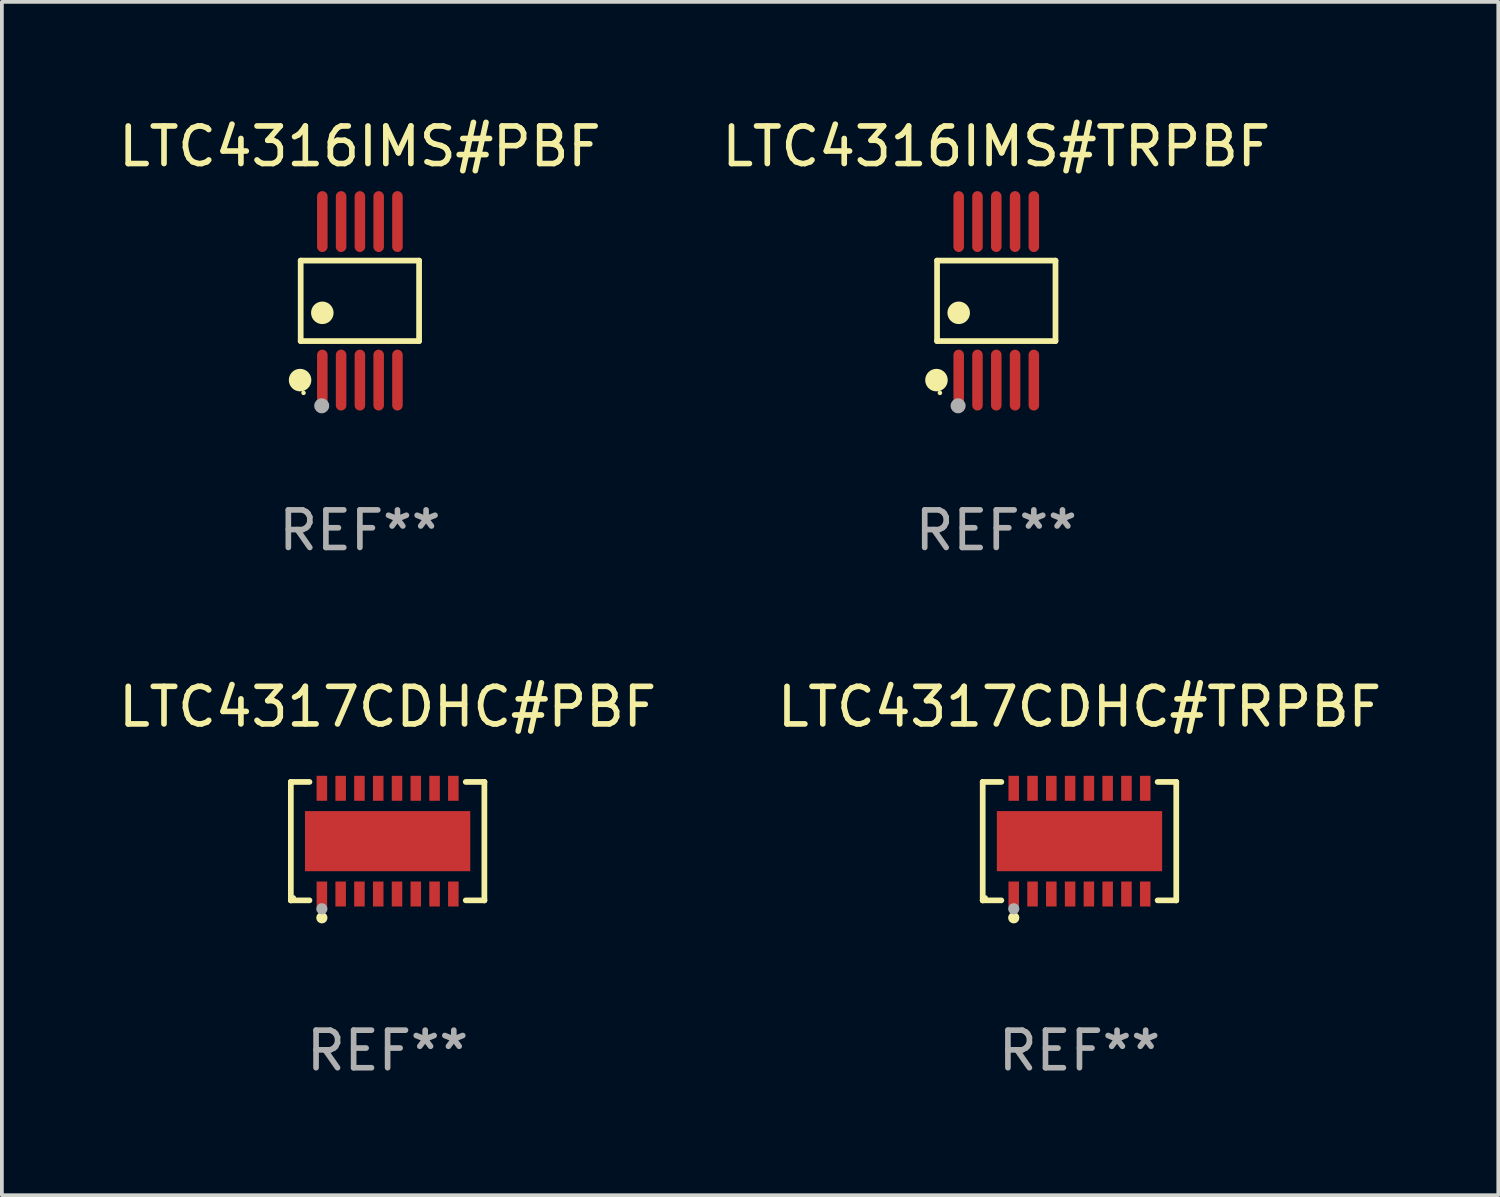
<source format=kicad_pcb>
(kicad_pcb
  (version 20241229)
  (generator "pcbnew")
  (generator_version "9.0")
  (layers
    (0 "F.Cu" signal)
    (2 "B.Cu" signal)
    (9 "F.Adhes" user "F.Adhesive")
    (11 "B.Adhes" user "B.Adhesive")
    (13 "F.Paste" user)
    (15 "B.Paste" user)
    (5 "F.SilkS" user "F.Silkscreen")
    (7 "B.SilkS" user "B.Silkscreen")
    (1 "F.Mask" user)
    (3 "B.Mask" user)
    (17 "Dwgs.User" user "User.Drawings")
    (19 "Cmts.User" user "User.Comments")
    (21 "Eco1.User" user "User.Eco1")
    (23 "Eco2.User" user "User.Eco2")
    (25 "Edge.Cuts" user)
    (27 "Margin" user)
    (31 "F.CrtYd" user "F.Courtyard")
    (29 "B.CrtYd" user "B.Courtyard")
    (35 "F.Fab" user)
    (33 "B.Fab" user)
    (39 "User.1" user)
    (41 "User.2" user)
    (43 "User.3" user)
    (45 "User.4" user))
  (footprint "LTC4316IMS#TRPBF"
    (layer "F.Cu")
    (at 23.47 4.958)
    (property "Reference" "LTC4316IMS#TRPBF" (at 0 -4.11 0) (layer "F.SilkS") (effects (font (size 1 1) (thickness 0.15))))
    (attr through_hole)
    (fp_line (start -1.576 -1.071) (end 1.576 -1.071) (stroke (width 0.152) (type solid)) (layer "F.SilkS"))
    (fp_line (start -1.576 1.071) (end -1.576 -1.071) (stroke (width 0.152) (type solid)) (layer "F.SilkS"))
    (fp_line (start 1.576 -1.071) (end 1.576 1.071) (stroke (width 0.152) (type solid)) (layer "F.SilkS"))
    (fp_line (start 1.576 1.071) (end -1.576 1.071) (stroke (width 0.152) (type solid)) (layer "F.SilkS"))
    (fp_circle (center -1.592 2.11) (end -1.442 2.11) (stroke (width 0.3) (type solid)) (fill no) (layer "F.SilkS"))
    (fp_circle (center -1.5 2.45) (end -1.47 2.45) (stroke (width 0.06) (type solid)) (fill no) (layer "F.SilkS"))
    (fp_circle (center -1 0.319) (end -0.85 0.319) (stroke (width 0.3) (type solid)) (fill no) (layer "F.SilkS"))
    (fp_circle (center -1.016 2.794) (end -0.916 2.794) (stroke (width 0.2) (type solid)) (fill no) (layer "F.Fab"))
    (fp_text user "REF**" (at 0 6.11 0) (layer "F.Fab") (effects (font (size 1 1) (thickness 0.15))))
    (pad "1" smd oval (at -1 2.11) (size 0.28 1.62) (layers "F.Cu" "F.Mask" "F.Paste"))
    (pad "2" smd oval (at -0.5 2.11) (size 0.28 1.62) (layers "F.Cu" "F.Mask" "F.Paste"))
    (pad "3" smd oval (at 0 2.11) (size 0.28 1.62) (layers "F.Cu" "F.Mask" "F.Paste"))
    (pad "4" smd oval (at 0.5 2.11) (size 0.28 1.62) (layers "F.Cu" "F.Mask" "F.Paste"))
    (pad "5" smd oval (at 1 2.11) (size 0.28 1.62) (layers "F.Cu" "F.Mask" "F.Paste"))
    (pad "6" smd oval (at 1 -2.11) (size 0.28 1.62) (layers "F.Cu" "F.Mask" "F.Paste"))
    (pad "7" smd oval (at 0.5 -2.11) (size 0.28 1.62) (layers "F.Cu" "F.Mask" "F.Paste"))
    (pad "8" smd oval (at 0 -2.11) (size 0.28 1.62) (layers "F.Cu" "F.Mask" "F.Paste"))
    (pad "9" smd oval (at -0.5 -2.11) (size 0.28 1.62) (layers "F.Cu" "F.Mask" "F.Paste"))
    (pad "10" smd oval (at -1 -2.11) (size 0.28 1.62) (layers "F.Cu" "F.Mask" "F.Paste")))
  (footprint "LTC4317CDHC#PBF"
    (layer "F.Cu")
    (at 7.268 19.341)
    (property "Reference" "LTC4317CDHC#PBF" (at 0 -3.576 0) (layer "F.SilkS") (effects (font (size 1 1) (thickness 0.15))))
    (attr through_hole)
    (fp_line (start -2.576 -1.576) (end -2.576 -1.576) (stroke (width 0.152) (type solid)) (layer "F.SilkS"))
    (fp_line (start -2.576 -1.576) (end -2.08 -1.576) (stroke (width 0.152) (type solid)) (layer "F.SilkS"))
    (fp_line (start -2.576 1.576) (end -2.576 -1.576) (stroke (width 0.152) (type solid)) (layer "F.SilkS"))
    (fp_line (start -2.576 1.576) (end -2.576 1.576) (stroke (width 0.152) (type solid)) (layer "F.SilkS"))
    (fp_line (start -2.08 1.576) (end -2.576 1.576) (stroke (width 0.152) (type solid)) (layer "F.SilkS"))
    (fp_line (start 2.08 1.576) (end 2.576 1.576) (stroke (width 0.152) (type solid)) (layer "F.SilkS"))
    (fp_line (start 2.576 -1.576) (end 2.08 -1.576) (stroke (width 0.152) (type solid)) (layer "F.SilkS"))
    (fp_line (start 2.576 -1.576) (end 2.576 -1.576) (stroke (width 0.152) (type solid)) (layer "F.SilkS"))
    (fp_line (start 2.576 1.576) (end 2.576 -1.576) (stroke (width 0.152) (type solid)) (layer "F.SilkS"))
    (fp_line (start 2.576 1.576) (end 2.576 1.576) (stroke (width 0.152) (type solid)) (layer "F.SilkS"))
    (fp_circle (center -2.5 1.5) (end -2.47 1.5) (stroke (width 0.06) (type solid)) (fill no) (layer "F.SilkS"))
    (fp_circle (center -1.75 2.04) (end -1.675 2.04) (stroke (width 0.15) (type solid)) (fill no) (layer "F.SilkS"))
    (fp_circle (center -1.75 1.8) (end -1.675 1.8) (stroke (width 0.15) (type solid)) (fill no) (layer "F.Fab"))
    (fp_text user "REF**" (at 0 5.576 0) (layer "F.Fab") (effects (font (size 1 1) (thickness 0.15))))
    (pad "1" smd rect (at -1.75 1.407) (size 0.28 0.665) (layers "F.Cu" "F.Mask" "F.Paste"))
    (pad "2" smd rect (at -1.25 1.407) (size 0.28 0.665) (layers "F.Cu" "F.Mask" "F.Paste"))
    (pad "3" smd rect (at -0.75 1.407) (size 0.28 0.665) (layers "F.Cu" "F.Mask" "F.Paste"))
    (pad "4" smd rect (at -0.25 1.407) (size 0.28 0.665) (layers "F.Cu" "F.Mask" "F.Paste"))
    (pad "5" smd rect (at 0.25 1.407) (size 0.28 0.665) (layers "F.Cu" "F.Mask" "F.Paste"))
    (pad "6" smd rect (at 0.75 1.407) (size 0.28 0.665) (layers "F.Cu" "F.Mask" "F.Paste"))
    (pad "7" smd rect (at 1.25 1.407) (size 0.28 0.665) (layers "F.Cu" "F.Mask" "F.Paste"))
    (pad "8" smd rect (at 1.75 1.407) (size 0.28 0.665) (layers "F.Cu" "F.Mask" "F.Paste"))
    (pad "9" smd rect (at 1.75 -1.407) (size 0.28 0.665) (layers "F.Cu" "F.Mask" "F.Paste"))
    (pad "10" smd rect (at 1.25 -1.407) (size 0.28 0.665) (layers "F.Cu" "F.Mask" "F.Paste"))
    (pad "11" smd rect (at 0.75 -1.407) (size 0.28 0.665) (layers "F.Cu" "F.Mask" "F.Paste"))
    (pad "12" smd rect (at 0.25 -1.407) (size 0.28 0.665) (layers "F.Cu" "F.Mask" "F.Paste"))
    (pad "13" smd rect (at -0.25 -1.407) (size 0.28 0.665) (layers "F.Cu" "F.Mask" "F.Paste"))
    (pad "14" smd rect (at -0.75 -1.407) (size 0.28 0.665) (layers "F.Cu" "F.Mask" "F.Paste"))
    (pad "15" smd rect (at -1.25 -1.407) (size 0.28 0.665) (layers "F.Cu" "F.Mask" "F.Paste"))
    (pad "16" smd rect (at -1.75 -1.407) (size 0.28 0.665) (layers "F.Cu" "F.Mask" "F.Paste"))
    (pad "17" smd rect (at 0 0) (size 4.4 1.6) (layers "F.Cu" "F.Mask" "F.Paste")))
  (footprint "LTC4316IMS#PBF"
    (layer "F.Cu")
    (at 6.53 4.958)
    (property "Reference" "LTC4316IMS#PBF" (at 0 -4.11 0) (layer "F.SilkS") (effects (font (size 1 1) (thickness 0.15))))
    (attr through_hole)
    (fp_line (start -1.576 -1.071) (end 1.576 -1.071) (stroke (width 0.152) (type solid)) (layer "F.SilkS"))
    (fp_line (start -1.576 1.071) (end -1.576 -1.071) (stroke (width 0.152) (type solid)) (layer "F.SilkS"))
    (fp_line (start 1.576 -1.071) (end 1.576 1.071) (stroke (width 0.152) (type solid)) (layer "F.SilkS"))
    (fp_line (start 1.576 1.071) (end -1.576 1.071) (stroke (width 0.152) (type solid)) (layer "F.SilkS"))
    (fp_circle (center -1.592 2.11) (end -1.442 2.11) (stroke (width 0.3) (type solid)) (fill no) (layer "F.SilkS"))
    (fp_circle (center -1.5 2.45) (end -1.47 2.45) (stroke (width 0.06) (type solid)) (fill no) (layer "F.SilkS"))
    (fp_circle (center -1 0.319) (end -0.85 0.319) (stroke (width 0.3) (type solid)) (fill no) (layer "F.SilkS"))
    (fp_circle (center -1.016 2.794) (end -0.916 2.794) (stroke (width 0.2) (type solid)) (fill no) (layer "F.Fab"))
    (fp_text user "REF**" (at 0 6.11 0) (layer "F.Fab") (effects (font (size 1 1) (thickness 0.15))))
    (pad "1" smd oval (at -1 2.11) (size 0.28 1.62) (layers "F.Cu" "F.Mask" "F.Paste"))
    (pad "2" smd oval (at -0.5 2.11) (size 0.28 1.62) (layers "F.Cu" "F.Mask" "F.Paste"))
    (pad "3" smd oval (at 0 2.11) (size 0.28 1.62) (layers "F.Cu" "F.Mask" "F.Paste"))
    (pad "4" smd oval (at 0.5 2.11) (size 0.28 1.62) (layers "F.Cu" "F.Mask" "F.Paste"))
    (pad "5" smd oval (at 1 2.11) (size 0.28 1.62) (layers "F.Cu" "F.Mask" "F.Paste"))
    (pad "6" smd oval (at 1 -2.11) (size 0.28 1.62) (layers "F.Cu" "F.Mask" "F.Paste"))
    (pad "7" smd oval (at 0.5 -2.11) (size 0.28 1.62) (layers "F.Cu" "F.Mask" "F.Paste"))
    (pad "8" smd oval (at 0 -2.11) (size 0.28 1.62) (layers "F.Cu" "F.Mask" "F.Paste"))
    (pad "9" smd oval (at -0.5 -2.11) (size 0.28 1.62) (layers "F.Cu" "F.Mask" "F.Paste"))
    (pad "10" smd oval (at -1 -2.11) (size 0.28 1.62) (layers "F.Cu" "F.Mask" "F.Paste")))
  (footprint "LTC4317CDHC#TRPBF"
    (layer "F.Cu")
    (at 25.685 19.341)
    (property "Reference" "LTC4317CDHC#TRPBF" (at 0 -3.576 0) (layer "F.SilkS") (effects (font (size 1 1) (thickness 0.15))))
    (attr through_hole)
    (fp_line (start -2.576 -1.576) (end -2.576 -1.576) (stroke (width 0.152) (type solid)) (layer "F.SilkS"))
    (fp_line (start -2.576 -1.576) (end -2.08 -1.576) (stroke (width 0.152) (type solid)) (layer "F.SilkS"))
    (fp_line (start -2.576 1.576) (end -2.576 -1.576) (stroke (width 0.152) (type solid)) (layer "F.SilkS"))
    (fp_line (start -2.576 1.576) (end -2.576 1.576) (stroke (width 0.152) (type solid)) (layer "F.SilkS"))
    (fp_line (start -2.08 1.576) (end -2.576 1.576) (stroke (width 0.152) (type solid)) (layer "F.SilkS"))
    (fp_line (start 2.08 1.576) (end 2.576 1.576) (stroke (width 0.152) (type solid)) (layer "F.SilkS"))
    (fp_line (start 2.576 -1.576) (end 2.08 -1.576) (stroke (width 0.152) (type solid)) (layer "F.SilkS"))
    (fp_line (start 2.576 -1.576) (end 2.576 -1.576) (stroke (width 0.152) (type solid)) (layer "F.SilkS"))
    (fp_line (start 2.576 1.576) (end 2.576 -1.576) (stroke (width 0.152) (type solid)) (layer "F.SilkS"))
    (fp_line (start 2.576 1.576) (end 2.576 1.576) (stroke (width 0.152) (type solid)) (layer "F.SilkS"))
    (fp_circle (center -2.5 1.5) (end -2.47 1.5) (stroke (width 0.06) (type solid)) (fill no) (layer "F.SilkS"))
    (fp_circle (center -1.75 2.04) (end -1.675 2.04) (stroke (width 0.15) (type solid)) (fill no) (layer "F.SilkS"))
    (fp_circle (center -1.75 1.8) (end -1.675 1.8) (stroke (width 0.15) (type solid)) (fill no) (layer "F.Fab"))
    (fp_text user "REF**" (at 0 5.576 0) (layer "F.Fab") (effects (font (size 1 1) (thickness 0.15))))
    (pad "1" smd rect (at -1.75 1.407) (size 0.28 0.665) (layers "F.Cu" "F.Mask" "F.Paste"))
    (pad "2" smd rect (at -1.25 1.407) (size 0.28 0.665) (layers "F.Cu" "F.Mask" "F.Paste"))
    (pad "3" smd rect (at -0.75 1.407) (size 0.28 0.665) (layers "F.Cu" "F.Mask" "F.Paste"))
    (pad "4" smd rect (at -0.25 1.407) (size 0.28 0.665) (layers "F.Cu" "F.Mask" "F.Paste"))
    (pad "5" smd rect (at 0.25 1.407) (size 0.28 0.665) (layers "F.Cu" "F.Mask" "F.Paste"))
    (pad "6" smd rect (at 0.75 1.407) (size 0.28 0.665) (layers "F.Cu" "F.Mask" "F.Paste"))
    (pad "7" smd rect (at 1.25 1.407) (size 0.28 0.665) (layers "F.Cu" "F.Mask" "F.Paste"))
    (pad "8" smd rect (at 1.75 1.407) (size 0.28 0.665) (layers "F.Cu" "F.Mask" "F.Paste"))
    (pad "9" smd rect (at 1.75 -1.407) (size 0.28 0.665) (layers "F.Cu" "F.Mask" "F.Paste"))
    (pad "10" smd rect (at 1.25 -1.407) (size 0.28 0.665) (layers "F.Cu" "F.Mask" "F.Paste"))
    (pad "11" smd rect (at 0.75 -1.407) (size 0.28 0.665) (layers "F.Cu" "F.Mask" "F.Paste"))
    (pad "12" smd rect (at 0.25 -1.407) (size 0.28 0.665) (layers "F.Cu" "F.Mask" "F.Paste"))
    (pad "13" smd rect (at -0.25 -1.407) (size 0.28 0.665) (layers "F.Cu" "F.Mask" "F.Paste"))
    (pad "14" smd rect (at -0.75 -1.407) (size 0.28 0.665) (layers "F.Cu" "F.Mask" "F.Paste"))
    (pad "15" smd rect (at -1.25 -1.407) (size 0.28 0.665) (layers "F.Cu" "F.Mask" "F.Paste"))
    (pad "16" smd rect (at -1.75 -1.407) (size 0.28 0.665) (layers "F.Cu" "F.Mask" "F.Paste"))
    (pad "17" smd rect (at 0 0) (size 4.4 1.6) (layers "F.Cu" "F.Mask" "F.Paste")))
  (gr_rect
    (start -3 -3)
    (end 36.833 28.765)
    (stroke (width 0.1) (type default))
    (fill no)
    (layer "Edge.Cuts")))
</source>
